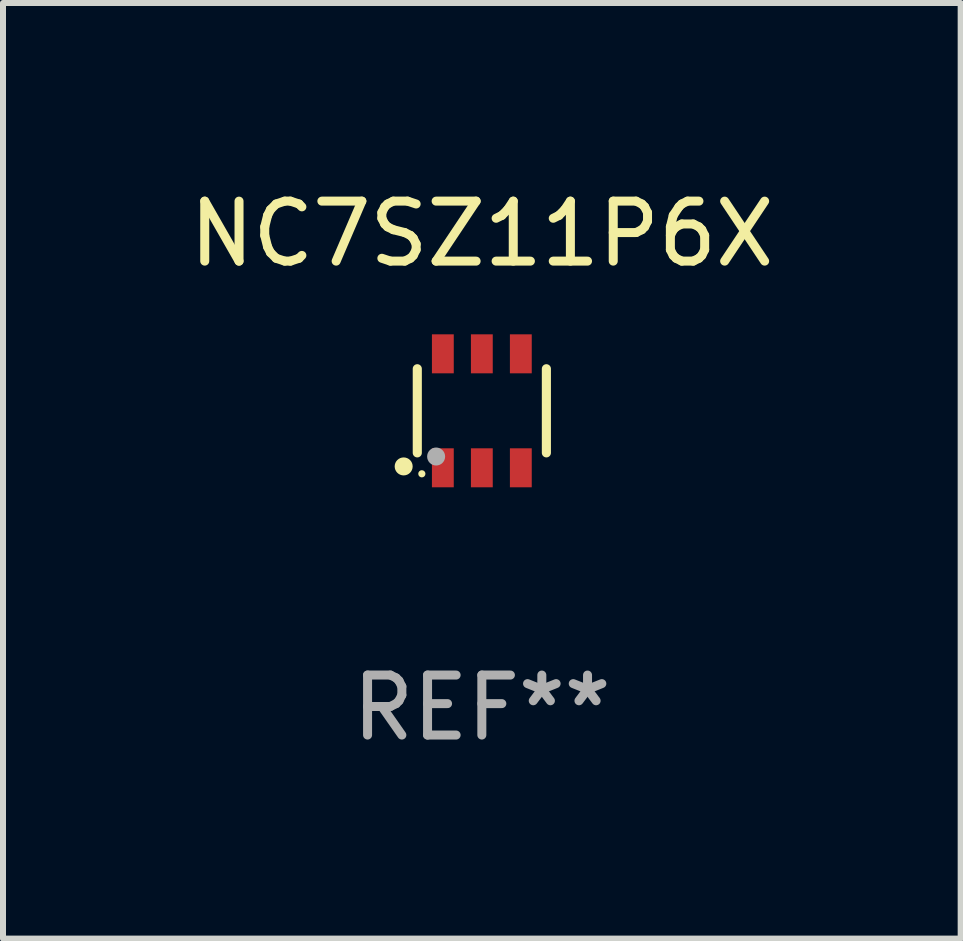
<source format=kicad_pcb>
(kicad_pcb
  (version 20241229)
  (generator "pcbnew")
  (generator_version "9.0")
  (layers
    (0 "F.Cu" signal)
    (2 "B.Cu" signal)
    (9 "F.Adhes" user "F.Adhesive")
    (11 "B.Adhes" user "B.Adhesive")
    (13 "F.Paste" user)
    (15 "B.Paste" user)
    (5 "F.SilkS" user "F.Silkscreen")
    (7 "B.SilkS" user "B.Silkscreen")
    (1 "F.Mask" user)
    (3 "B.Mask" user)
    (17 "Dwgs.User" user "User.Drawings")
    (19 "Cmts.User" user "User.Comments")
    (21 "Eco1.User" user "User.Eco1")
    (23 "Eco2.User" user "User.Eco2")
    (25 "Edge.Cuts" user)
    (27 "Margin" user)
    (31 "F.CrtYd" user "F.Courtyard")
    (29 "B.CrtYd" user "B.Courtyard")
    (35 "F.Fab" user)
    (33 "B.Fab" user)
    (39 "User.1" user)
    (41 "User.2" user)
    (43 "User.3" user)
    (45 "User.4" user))
  (footprint "NC7SZ11P6X"
    (layer "F.Cu")
    (at 4.982 3.798)
    (property "Reference" "NC7SZ11P6X" (at 0 -2.95 0) (layer "F.SilkS") (effects (font (size 1 1) (thickness 0.15))))
    (attr through_hole)
    (fp_line (start -1.076 0.701) (end -1.076 -0.701) (stroke (width 0.152) (type solid)) (layer "F.SilkS"))
    (fp_line (start 1.076 0.701) (end 1.076 -0.701) (stroke (width 0.152) (type solid)) (layer "F.SilkS"))
    (fp_circle (center -1.303 0.927) (end -1.228 0.927) (stroke (width 0.15) (type solid)) (fill no) (layer "F.SilkS"))
    (fp_circle (center -1 1.05) (end -0.97 1.05) (stroke (width 0.06) (type solid)) (fill no) (layer "F.SilkS"))
    (fp_circle (center -0.762 0.762) (end -0.687 0.762) (stroke (width 0.15) (type solid)) (fill no) (layer "F.Fab"))
    (fp_text user "REF**" (at 0 4.95 0) (layer "F.Fab") (effects (font (size 1 1) (thickness 0.15))))
    (pad "1" smd rect (at -0.65 0.95) (size 0.364 0.65) (layers "F.Cu" "F.Mask" "F.Paste"))
    (pad "2" smd rect (at 0 0.95) (size 0.364 0.65) (layers "F.Cu" "F.Mask" "F.Paste"))
    (pad "3" smd rect (at 0.65 0.95) (size 0.364 0.65) (layers "F.Cu" "F.Mask" "F.Paste"))
    (pad "4" smd rect (at 0.65 -0.95) (size 0.364 0.65) (layers "F.Cu" "F.Mask" "F.Paste"))
    (pad "5" smd rect (at 0 -0.95) (size 0.364 0.65) (layers "F.Cu" "F.Mask" "F.Paste"))
    (pad "6" smd rect (at -0.65 -0.95) (size 0.364 0.65) (layers "F.Cu" "F.Mask" "F.Paste")))
  (gr_rect
    (start -3 -3)
    (end 12.964 12.596)
    (stroke (width 0.1) (type default))
    (fill no)
    (layer "Edge.Cuts")))
</source>
